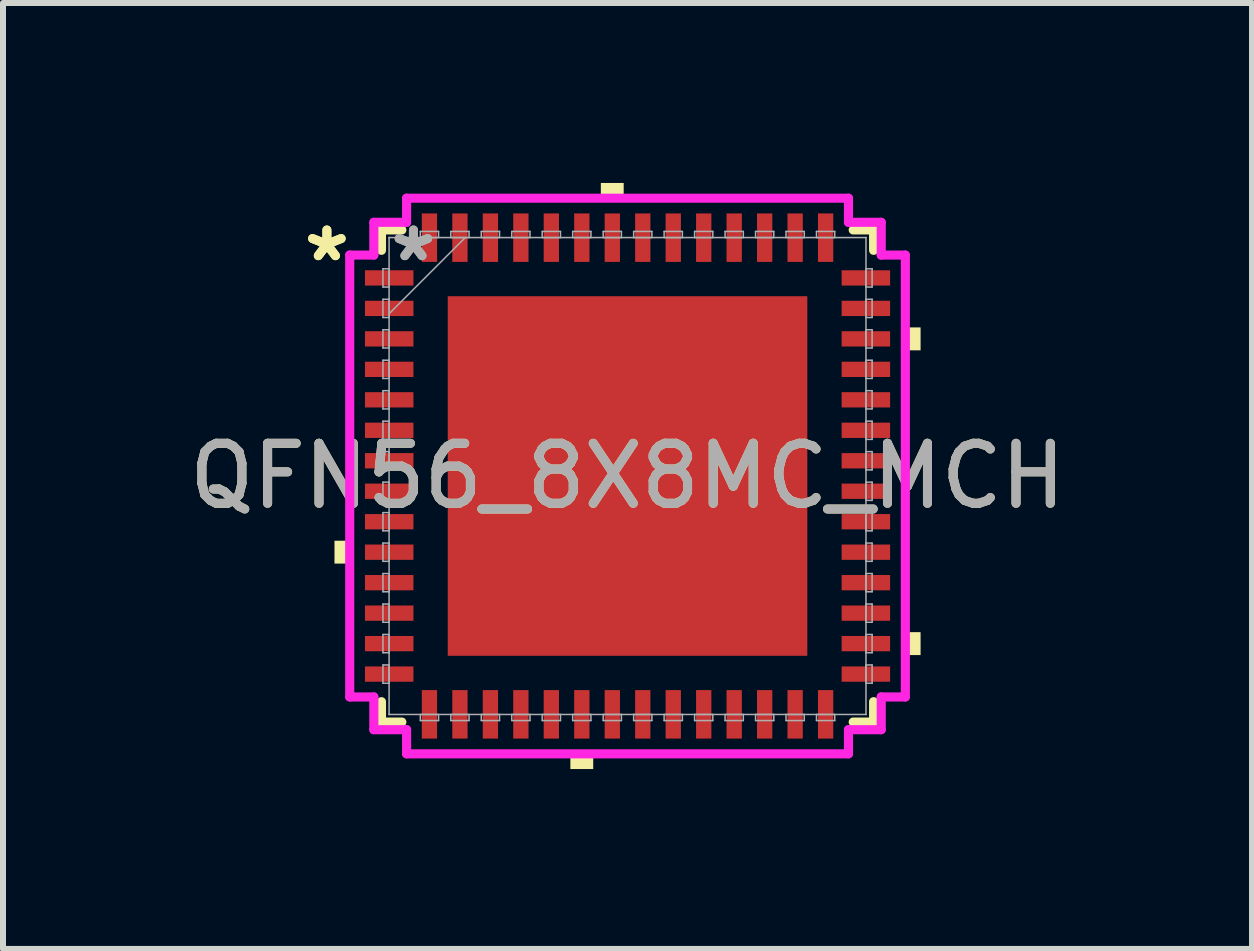
<source format=kicad_pcb>
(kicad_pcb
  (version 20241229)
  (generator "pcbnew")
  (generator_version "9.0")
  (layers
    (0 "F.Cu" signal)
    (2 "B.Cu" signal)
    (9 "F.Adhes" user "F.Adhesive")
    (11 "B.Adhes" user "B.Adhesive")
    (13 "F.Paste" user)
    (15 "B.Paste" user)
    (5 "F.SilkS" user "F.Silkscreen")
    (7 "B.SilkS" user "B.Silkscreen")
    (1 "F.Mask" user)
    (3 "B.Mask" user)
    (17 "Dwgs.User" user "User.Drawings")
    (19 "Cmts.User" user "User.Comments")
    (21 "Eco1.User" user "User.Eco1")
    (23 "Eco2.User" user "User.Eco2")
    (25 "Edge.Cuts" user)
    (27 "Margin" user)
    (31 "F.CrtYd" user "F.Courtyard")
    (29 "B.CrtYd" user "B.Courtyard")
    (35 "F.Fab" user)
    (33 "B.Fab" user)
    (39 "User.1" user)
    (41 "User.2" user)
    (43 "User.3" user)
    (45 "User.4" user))
  (footprint "QFN56_8X8MC_MCH"
    (layer "F.Cu")
    (at 7.411 4.885)
    (property "Reference" "QFN56_8X8MC_MCH" (at 0 0 0) (unlocked yes) (layer "F.SilkS") (effects (font (size 1 1) (thickness 0.15))))
    (attr smd)
    (fp_poly (pts (xy -3.061 -3.061) (xy -2.562 -3.061) (xy -2.562 3.061) (xy -3.061 3.061)) (stroke (width 0) (type solid)) (fill yes) (layer "F.Mask"))
    (fp_poly (pts (xy -3.061 -3.061) (xy 3.061 -3.061) (xy 3.061 -2.562) (xy -3.061 -2.562)) (stroke (width 0) (type solid)) (fill yes) (layer "F.Mask"))
    (fp_poly (pts (xy -3.061 -2.162) (xy 3.061 -2.162) (xy 3.061 -1.775) (xy -3.061 -1.775)) (stroke (width 0) (type solid)) (fill yes) (layer "F.Mask"))
    (fp_poly (pts (xy -3.061 -1.375) (xy 3.061 -1.375) (xy 3.061 -0.987) (xy -3.061 -0.987)) (stroke (width 0) (type solid)) (fill yes) (layer "F.Mask"))
    (fp_poly (pts (xy -3.061 -0.587) (xy 3.061 -0.587) (xy 3.061 -0.2) (xy -3.061 -0.2)) (stroke (width 0) (type solid)) (fill yes) (layer "F.Mask"))
    (fp_poly (pts (xy -3.061 0.2) (xy 3.061 0.2) (xy 3.061 0.587) (xy -3.061 0.587)) (stroke (width 0) (type solid)) (fill yes) (layer "F.Mask"))
    (fp_poly (pts (xy -3.061 0.987) (xy 3.061 0.987) (xy 3.061 1.375) (xy -3.061 1.375)) (stroke (width 0) (type solid)) (fill yes) (layer "F.Mask"))
    (fp_poly (pts (xy -3.061 1.775) (xy 3.061 1.775) (xy 3.061 2.162) (xy -3.061 2.162)) (stroke (width 0) (type solid)) (fill yes) (layer "F.Mask"))
    (fp_poly (pts (xy -3.061 2.562) (xy 3.061 2.562) (xy 3.061 3.061) (xy -3.061 3.061)) (stroke (width 0) (type solid)) (fill yes) (layer "F.Mask"))
    (fp_poly (pts (xy -1.775 -3.061) (xy -2.162 -3.061) (xy -2.162 3.061) (xy -1.775 3.061)) (stroke (width 0) (type solid)) (fill yes) (layer "F.Mask"))
    (fp_poly (pts (xy -0.987 -3.061) (xy -1.375 -3.061) (xy -1.375 3.061) (xy -0.987 3.061)) (stroke (width 0) (type solid)) (fill yes) (layer "F.Mask"))
    (fp_poly (pts (xy -0.2 -3.061) (xy -0.587 -3.061) (xy -0.587 3.061) (xy -0.2 3.061)) (stroke (width 0) (type solid)) (fill yes) (layer "F.Mask"))
    (fp_poly (pts (xy 0.587 -3.061) (xy 0.2 -3.061) (xy 0.2 3.061) (xy 0.587 3.061)) (stroke (width 0) (type solid)) (fill yes) (layer "F.Mask"))
    (fp_poly (pts (xy 1.375 -3.061) (xy 0.987 -3.061) (xy 0.987 3.061) (xy 1.375 3.061)) (stroke (width 0) (type solid)) (fill yes) (layer "F.Mask"))
    (fp_poly (pts (xy 2.162 -3.061) (xy 1.775 -3.061) (xy 1.775 3.061) (xy 2.162 3.061)) (stroke (width 0) (type solid)) (fill yes) (layer "F.Mask"))
    (fp_poly (pts (xy 2.562 -3.061) (xy 3.061 -3.061) (xy 3.061 3.061) (xy 2.562 3.061)) (stroke (width 0) (type solid)) (fill yes) (layer "F.Mask"))
    (fp_line (start -4.102 -4.102) (end -4.102 -3.762) (stroke (width 0.152) (type solid)) (layer "F.SilkS"))
    (fp_line (start -4.102 3.762) (end -4.102 4.102) (stroke (width 0.152) (type solid)) (layer "F.SilkS"))
    (fp_line (start -4.102 4.102) (end -3.762 4.102) (stroke (width 0.152) (type solid)) (layer "F.SilkS"))
    (fp_line (start -3.762 -4.102) (end -4.102 -4.102) (stroke (width 0.152) (type solid)) (layer "F.SilkS"))
    (fp_line (start 3.762 4.102) (end 4.102 4.102) (stroke (width 0.152) (type solid)) (layer "F.SilkS"))
    (fp_line (start 4.102 -4.102) (end 3.762 -4.102) (stroke (width 0.152) (type solid)) (layer "F.SilkS"))
    (fp_line (start 4.102 -3.762) (end 4.102 -4.102) (stroke (width 0.152) (type solid)) (layer "F.SilkS"))
    (fp_line (start 4.102 4.102) (end 4.102 3.762) (stroke (width 0.152) (type solid)) (layer "F.SilkS"))
    (fp_poly (pts (xy -4.885 1.079) (xy -4.885 1.46) (xy -4.631 1.46) (xy -4.631 1.079)) (stroke (width 0) (type solid)) (fill yes) (layer "F.SilkS"))
    (fp_poly (pts (xy -0.953 4.631) (xy -0.953 4.885) (xy -0.572 4.885) (xy -0.572 4.631)) (stroke (width 0) (type solid)) (fill yes) (layer "F.SilkS"))
    (fp_poly (pts (xy -0.445 -4.631) (xy -0.445 -4.885) (xy -0.064 -4.885) (xy -0.064 -4.631)) (stroke (width 0) (type solid)) (fill yes) (layer "F.SilkS"))
    (fp_poly (pts (xy 4.885 -2.477) (xy 4.885 -2.095) (xy 4.631 -2.095) (xy 4.631 -2.477)) (stroke (width 0) (type solid)) (fill yes) (layer "F.SilkS"))
    (fp_poly (pts (xy 4.885 2.603) (xy 4.885 2.985) (xy 4.631 2.985) (xy 4.631 2.603)) (stroke (width 0) (type solid)) (fill yes) (layer "F.SilkS"))
    (fp_poly (pts (xy -2.922 -2.922) (xy -2.922 -2.462) (xy -2.604 -2.462) (xy -2.462 -2.604) (xy -2.462 -2.922)) (stroke (width 0) (type solid)) (fill yes) (layer "F.Paste"))
    (fp_poly (pts (xy -2.922 2.462) (xy -2.922 2.922) (xy -2.462 2.922) (xy -2.462 2.604) (xy -2.604 2.462)) (stroke (width 0) (type solid)) (fill yes) (layer "F.Paste"))
    (fp_poly (pts (xy 2.462 -2.922) (xy 2.462 -2.604) (xy 2.604 -2.462) (xy 2.922 -2.462) (xy 2.922 -2.922)) (stroke (width 0) (type solid)) (fill yes) (layer "F.Paste"))
    (fp_poly (pts (xy 2.604 2.462) (xy 2.462 2.604) (xy 2.462 2.922) (xy 2.922 2.922) (xy 2.922 2.462)) (stroke (width 0) (type solid)) (fill yes) (layer "F.Paste"))
    (fp_poly (pts (xy -2.922 -2.262) (xy -2.922 -1.675) (xy -2.604 -1.675) (xy -2.462 -1.816) (xy -2.462 -2.121) (xy -2.604 -2.262)) (stroke (width 0) (type solid)) (fill yes) (layer "F.Paste"))
    (fp_poly (pts (xy -2.922 -1.475) (xy -2.922 -0.887) (xy -2.604 -0.887) (xy -2.462 -1.029) (xy -2.462 -1.333) (xy -2.604 -1.475)) (stroke (width 0) (type solid)) (fill yes) (layer "F.Paste"))
    (fp_poly (pts (xy -2.922 -0.687) (xy -2.922 -0.1) (xy -2.604 -0.1) (xy -2.462 -0.241) (xy -2.462 -0.546) (xy -2.604 -0.687)) (stroke (width 0) (type solid)) (fill yes) (layer "F.Paste"))
    (fp_poly (pts (xy -2.922 0.1) (xy -2.922 0.687) (xy -2.604 0.687) (xy -2.462 0.546) (xy -2.462 0.241) (xy -2.604 0.1)) (stroke (width 0) (type solid)) (fill yes) (layer "F.Paste"))
    (fp_poly (pts (xy -2.922 0.887) (xy -2.922 1.475) (xy -2.604 1.475) (xy -2.462 1.333) (xy -2.462 1.029) (xy -2.604 0.887)) (stroke (width 0) (type solid)) (fill yes) (layer "F.Paste"))
    (fp_poly (pts (xy -2.922 1.675) (xy -2.922 2.262) (xy -2.604 2.262) (xy -2.462 2.121) (xy -2.462 1.816) (xy -2.604 1.675)) (stroke (width 0) (type solid)) (fill yes) (layer "F.Paste"))
    (fp_poly (pts (xy -2.262 -2.922) (xy -2.262 -2.604) (xy -2.121 -2.462) (xy -1.816 -2.462) (xy -1.675 -2.604) (xy -1.675 -2.922)) (stroke (width 0) (type solid)) (fill yes) (layer "F.Paste"))
    (fp_poly (pts (xy -2.121 2.462) (xy -2.262 2.604) (xy -2.262 2.922) (xy -1.675 2.922) (xy -1.675 2.604) (xy -1.816 2.462)) (stroke (width 0) (type solid)) (fill yes) (layer "F.Paste"))
    (fp_poly (pts (xy -1.475 -2.922) (xy -1.475 -2.604) (xy -1.333 -2.462) (xy -1.029 -2.462) (xy -0.887 -2.604) (xy -0.887 -2.922)) (stroke (width 0) (type solid)) (fill yes) (layer "F.Paste"))
    (fp_poly (pts (xy -1.333 2.462) (xy -1.475 2.604) (xy -1.475 2.922) (xy -0.887 2.922) (xy -0.887 2.604) (xy -1.029 2.462)) (stroke (width 0) (type solid)) (fill yes) (layer "F.Paste"))
    (fp_poly (pts (xy -0.687 -2.922) (xy -0.687 -2.604) (xy -0.546 -2.462) (xy -0.241 -2.462) (xy -0.1 -2.604) (xy -0.1 -2.922)) (stroke (width 0) (type solid)) (fill yes) (layer "F.Paste"))
    (fp_poly (pts (xy -0.546 2.462) (xy -0.687 2.604) (xy -0.687 2.922) (xy -0.1 2.922) (xy -0.1 2.604) (xy -0.241 2.462)) (stroke (width 0) (type solid)) (fill yes) (layer "F.Paste"))
    (fp_poly (pts (xy 0.1 -2.922) (xy 0.1 -2.604) (xy 0.241 -2.462) (xy 0.546 -2.462) (xy 0.687 -2.604) (xy 0.687 -2.922)) (stroke (width 0) (type solid)) (fill yes) (layer "F.Paste"))
    (fp_poly (pts (xy 0.241 2.462) (xy 0.1 2.604) (xy 0.1 2.922) (xy 0.687 2.922) (xy 0.687 2.604) (xy 0.546 2.462)) (stroke (width 0) (type solid)) (fill yes) (layer "F.Paste"))
    (fp_poly (pts (xy 0.887 -2.922) (xy 0.887 -2.604) (xy 1.029 -2.462) (xy 1.333 -2.462) (xy 1.475 -2.604) (xy 1.475 -2.922)) (stroke (width 0) (type solid)) (fill yes) (layer "F.Paste"))
    (fp_poly (pts (xy 1.029 2.462) (xy 0.887 2.604) (xy 0.887 2.922) (xy 1.475 2.922) (xy 1.475 2.604) (xy 1.333 2.462)) (stroke (width 0) (type solid)) (fill yes) (layer "F.Paste"))
    (fp_poly (pts (xy 1.675 -2.922) (xy 1.675 -2.604) (xy 1.816 -2.462) (xy 2.121 -2.462) (xy 2.262 -2.604) (xy 2.262 -2.922)) (stroke (width 0) (type solid)) (fill yes) (layer "F.Paste"))
    (fp_poly (pts (xy 1.816 2.462) (xy 1.675 2.604) (xy 1.675 2.922) (xy 2.262 2.922) (xy 2.262 2.604) (xy 2.121 2.462)) (stroke (width 0) (type solid)) (fill yes) (layer "F.Paste"))
    (fp_poly (pts (xy 2.604 -2.262) (xy 2.462 -2.121) (xy 2.462 -1.816) (xy 2.604 -1.675) (xy 2.922 -1.675) (xy 2.922 -2.262)) (stroke (width 0) (type solid)) (fill yes) (layer "F.Paste"))
    (fp_poly (pts (xy 2.604 -1.475) (xy 2.462 -1.333) (xy 2.462 -1.029) (xy 2.604 -0.887) (xy 2.922 -0.887) (xy 2.922 -1.475)) (stroke (width 0) (type solid)) (fill yes) (layer "F.Paste"))
    (fp_poly (pts (xy 2.604 -0.687) (xy 2.462 -0.546) (xy 2.462 -0.241) (xy 2.604 -0.1) (xy 2.922 -0.1) (xy 2.922 -0.687)) (stroke (width 0) (type solid)) (fill yes) (layer "F.Paste"))
    (fp_poly (pts (xy 2.604 0.1) (xy 2.462 0.241) (xy 2.462 0.546) (xy 2.604 0.687) (xy 2.922 0.687) (xy 2.922 0.1)) (stroke (width 0) (type solid)) (fill yes) (layer "F.Paste"))
    (fp_poly (pts (xy 2.604 0.887) (xy 2.462 1.029) (xy 2.462 1.333) (xy 2.604 1.475) (xy 2.922 1.475) (xy 2.922 0.887)) (stroke (width 0) (type solid)) (fill yes) (layer "F.Paste"))
    (fp_poly (pts (xy 2.604 1.675) (xy 2.462 1.816) (xy 2.462 2.121) (xy 2.604 2.262) (xy 2.922 2.262) (xy 2.922 1.675)) (stroke (width 0) (type solid)) (fill yes) (layer "F.Paste"))
    (fp_poly (pts (xy -2.121 -2.262) (xy -2.262 -2.121) (xy -2.262 -1.816) (xy -2.121 -1.675) (xy -1.816 -1.675) (xy -1.675 -1.816) (xy -1.675 -2.121) (xy -1.816 -2.262)) (stroke (width 0) (type solid)) (fill yes) (layer "F.Paste"))
    (fp_poly (pts (xy -2.121 -1.475) (xy -2.262 -1.333) (xy -2.262 -1.029) (xy -2.121 -0.887) (xy -1.816 -0.887) (xy -1.675 -1.029) (xy -1.675 -1.333) (xy -1.816 -1.475)) (stroke (width 0) (type solid)) (fill yes) (layer "F.Paste"))
    (fp_poly (pts (xy -2.121 -0.687) (xy -2.262 -0.546) (xy -2.262 -0.241) (xy -2.121 -0.1) (xy -1.816 -0.1) (xy -1.675 -0.241) (xy -1.675 -0.546) (xy -1.816 -0.687)) (stroke (width 0) (type solid)) (fill yes) (layer "F.Paste"))
    (fp_poly (pts (xy -2.121 0.1) (xy -2.262 0.241) (xy -2.262 0.546) (xy -2.121 0.687) (xy -1.816 0.687) (xy -1.675 0.546) (xy -1.675 0.241) (xy -1.816 0.1)) (stroke (width 0) (type solid)) (fill yes) (layer "F.Paste"))
    (fp_poly (pts (xy -2.121 0.887) (xy -2.262 1.029) (xy -2.262 1.333) (xy -2.121 1.475) (xy -1.816 1.475) (xy -1.675 1.333) (xy -1.675 1.029) (xy -1.816 0.887)) (stroke (width 0) (type solid)) (fill yes) (layer "F.Paste"))
    (fp_poly (pts (xy -2.121 1.675) (xy -2.262 1.816) (xy -2.262 2.121) (xy -2.121 2.262) (xy -1.816 2.262) (xy -1.675 2.121) (xy -1.675 1.816) (xy -1.816 1.675)) (stroke (width 0) (type solid)) (fill yes) (layer "F.Paste"))
    (fp_poly (pts (xy -1.333 -2.262) (xy -1.475 -2.121) (xy -1.475 -1.816) (xy -1.333 -1.675) (xy -1.029 -1.675) (xy -0.887 -1.816) (xy -0.887 -2.121) (xy -1.029 -2.262)) (stroke (width 0) (type solid)) (fill yes) (layer "F.Paste"))
    (fp_poly (pts (xy -1.333 -1.475) (xy -1.475 -1.333) (xy -1.475 -1.029) (xy -1.333 -0.887) (xy -1.029 -0.887) (xy -0.887 -1.029) (xy -0.887 -1.333) (xy -1.029 -1.475)) (stroke (width 0) (type solid)) (fill yes) (layer "F.Paste"))
    (fp_poly (pts (xy -1.333 -0.687) (xy -1.475 -0.546) (xy -1.475 -0.241) (xy -1.333 -0.1) (xy -1.029 -0.1) (xy -0.887 -0.241) (xy -0.887 -0.546) (xy -1.029 -0.687)) (stroke (width 0) (type solid)) (fill yes) (layer "F.Paste"))
    (fp_poly (pts (xy -1.333 0.1) (xy -1.475 0.241) (xy -1.475 0.546) (xy -1.333 0.687) (xy -1.029 0.687) (xy -0.887 0.546) (xy -0.887 0.241) (xy -1.029 0.1)) (stroke (width 0) (type solid)) (fill yes) (layer "F.Paste"))
    (fp_poly (pts (xy -1.333 0.887) (xy -1.475 1.029) (xy -1.475 1.333) (xy -1.333 1.475) (xy -1.029 1.475) (xy -0.887 1.333) (xy -0.887 1.029) (xy -1.029 0.887)) (stroke (width 0) (type solid)) (fill yes) (layer "F.Paste"))
    (fp_poly (pts (xy -1.333 1.675) (xy -1.475 1.816) (xy -1.475 2.121) (xy -1.333 2.262) (xy -1.029 2.262) (xy -0.887 2.121) (xy -0.887 1.816) (xy -1.029 1.675)) (stroke (width 0) (type solid)) (fill yes) (layer "F.Paste"))
    (fp_poly (pts (xy -0.546 -2.262) (xy -0.687 -2.121) (xy -0.687 -1.816) (xy -0.546 -1.675) (xy -0.241 -1.675) (xy -0.1 -1.816) (xy -0.1 -2.121) (xy -0.241 -2.262)) (stroke (width 0) (type solid)) (fill yes) (layer "F.Paste"))
    (fp_poly (pts (xy -0.546 -1.475) (xy -0.687 -1.333) (xy -0.687 -1.029) (xy -0.546 -0.887) (xy -0.241 -0.887) (xy -0.1 -1.029) (xy -0.1 -1.333) (xy -0.241 -1.475)) (stroke (width 0) (type solid)) (fill yes) (layer "F.Paste"))
    (fp_poly (pts (xy -0.546 -0.687) (xy -0.687 -0.546) (xy -0.687 -0.241) (xy -0.546 -0.1) (xy -0.241 -0.1) (xy -0.1 -0.241) (xy -0.1 -0.546) (xy -0.241 -0.687)) (stroke (width 0) (type solid)) (fill yes) (layer "F.Paste"))
    (fp_poly (pts (xy -0.546 0.1) (xy -0.687 0.241) (xy -0.687 0.546) (xy -0.546 0.687) (xy -0.241 0.687) (xy -0.1 0.546) (xy -0.1 0.241) (xy -0.241 0.1)) (stroke (width 0) (type solid)) (fill yes) (layer "F.Paste"))
    (fp_poly (pts (xy -0.546 0.887) (xy -0.687 1.029) (xy -0.687 1.333) (xy -0.546 1.475) (xy -0.241 1.475) (xy -0.1 1.333) (xy -0.1 1.029) (xy -0.241 0.887)) (stroke (width 0) (type solid)) (fill yes) (layer "F.Paste"))
    (fp_poly (pts (xy -0.546 1.675) (xy -0.687 1.816) (xy -0.687 2.121) (xy -0.546 2.262) (xy -0.241 2.262) (xy -0.1 2.121) (xy -0.1 1.816) (xy -0.241 1.675)) (stroke (width 0) (type solid)) (fill yes) (layer "F.Paste"))
    (fp_poly (pts (xy 0.241 -2.262) (xy 0.1 -2.121) (xy 0.1 -1.816) (xy 0.241 -1.675) (xy 0.546 -1.675) (xy 0.687 -1.816) (xy 0.687 -2.121) (xy 0.546 -2.262)) (stroke (width 0) (type solid)) (fill yes) (layer "F.Paste"))
    (fp_poly (pts (xy 0.241 -1.475) (xy 0.1 -1.333) (xy 0.1 -1.029) (xy 0.241 -0.887) (xy 0.546 -0.887) (xy 0.687 -1.029) (xy 0.687 -1.333) (xy 0.546 -1.475)) (stroke (width 0) (type solid)) (fill yes) (layer "F.Paste"))
    (fp_poly (pts (xy 0.241 -0.687) (xy 0.1 -0.546) (xy 0.1 -0.241) (xy 0.241 -0.1) (xy 0.546 -0.1) (xy 0.687 -0.241) (xy 0.687 -0.546) (xy 0.546 -0.687)) (stroke (width 0) (type solid)) (fill yes) (layer "F.Paste"))
    (fp_poly (pts (xy 0.241 0.1) (xy 0.1 0.241) (xy 0.1 0.546) (xy 0.241 0.687) (xy 0.546 0.687) (xy 0.687 0.546) (xy 0.687 0.241) (xy 0.546 0.1)) (stroke (width 0) (type solid)) (fill yes) (layer "F.Paste"))
    (fp_poly (pts (xy 0.241 0.887) (xy 0.1 1.029) (xy 0.1 1.333) (xy 0.241 1.475) (xy 0.546 1.475) (xy 0.687 1.333) (xy 0.687 1.029) (xy 0.546 0.887)) (stroke (width 0) (type solid)) (fill yes) (layer "F.Paste"))
    (fp_poly (pts (xy 0.241 1.675) (xy 0.1 1.816) (xy 0.1 2.121) (xy 0.241 2.262) (xy 0.546 2.262) (xy 0.687 2.121) (xy 0.687 1.816) (xy 0.546 1.675)) (stroke (width 0) (type solid)) (fill yes) (layer "F.Paste"))
    (fp_poly (pts (xy 1.029 -2.262) (xy 0.887 -2.121) (xy 0.887 -1.816) (xy 1.029 -1.675) (xy 1.333 -1.675) (xy 1.475 -1.816) (xy 1.475 -2.121) (xy 1.333 -2.262)) (stroke (width 0) (type solid)) (fill yes) (layer "F.Paste"))
    (fp_poly (pts (xy 1.029 -1.475) (xy 0.887 -1.333) (xy 0.887 -1.029) (xy 1.029 -0.887) (xy 1.333 -0.887) (xy 1.475 -1.029) (xy 1.475 -1.333) (xy 1.333 -1.475)) (stroke (width 0) (type solid)) (fill yes) (layer "F.Paste"))
    (fp_poly (pts (xy 1.029 -0.687) (xy 0.887 -0.546) (xy 0.887 -0.241) (xy 1.029 -0.1) (xy 1.333 -0.1) (xy 1.475 -0.241) (xy 1.475 -0.546) (xy 1.333 -0.687)) (stroke (width 0) (type solid)) (fill yes) (layer "F.Paste"))
    (fp_poly (pts (xy 1.029 0.1) (xy 0.887 0.241) (xy 0.887 0.546) (xy 1.029 0.687) (xy 1.333 0.687) (xy 1.475 0.546) (xy 1.475 0.241) (xy 1.333 0.1)) (stroke (width 0) (type solid)) (fill yes) (layer "F.Paste"))
    (fp_poly (pts (xy 1.029 0.887) (xy 0.887 1.029) (xy 0.887 1.333) (xy 1.029 1.475) (xy 1.333 1.475) (xy 1.475 1.333) (xy 1.475 1.029) (xy 1.333 0.887)) (stroke (width 0) (type solid)) (fill yes) (layer "F.Paste"))
    (fp_poly (pts (xy 1.029 1.675) (xy 0.887 1.816) (xy 0.887 2.121) (xy 1.029 2.262) (xy 1.333 2.262) (xy 1.475 2.121) (xy 1.475 1.816) (xy 1.333 1.675)) (stroke (width 0) (type solid)) (fill yes) (layer "F.Paste"))
    (fp_poly (pts (xy 1.816 -2.262) (xy 1.675 -2.121) (xy 1.675 -1.816) (xy 1.816 -1.675) (xy 2.121 -1.675) (xy 2.262 -1.816) (xy 2.262 -2.121) (xy 2.121 -2.262)) (stroke (width 0) (type solid)) (fill yes) (layer "F.Paste"))
    (fp_poly (pts (xy 1.816 -1.475) (xy 1.675 -1.333) (xy 1.675 -1.029) (xy 1.816 -0.887) (xy 2.121 -0.887) (xy 2.262 -1.029) (xy 2.262 -1.333) (xy 2.121 -1.475)) (stroke (width 0) (type solid)) (fill yes) (layer "F.Paste"))
    (fp_poly (pts (xy 1.816 -0.687) (xy 1.675 -0.546) (xy 1.675 -0.241) (xy 1.816 -0.1) (xy 2.121 -0.1) (xy 2.262 -0.241) (xy 2.262 -0.546) (xy 2.121 -0.687)) (stroke (width 0) (type solid)) (fill yes) (layer "F.Paste"))
    (fp_poly (pts (xy 1.816 0.1) (xy 1.675 0.241) (xy 1.675 0.546) (xy 1.816 0.687) (xy 2.121 0.687) (xy 2.262 0.546) (xy 2.262 0.241) (xy 2.121 0.1)) (stroke (width 0) (type solid)) (fill yes) (layer "F.Paste"))
    (fp_poly (pts (xy 1.816 0.887) (xy 1.675 1.029) (xy 1.675 1.333) (xy 1.816 1.475) (xy 2.121 1.475) (xy 2.262 1.333) (xy 2.262 1.029) (xy 2.121 0.887)) (stroke (width 0) (type solid)) (fill yes) (layer "F.Paste"))
    (fp_poly (pts (xy 1.816 1.675) (xy 1.675 1.816) (xy 1.675 2.121) (xy 1.816 2.262) (xy 2.121 2.262) (xy 2.262 2.121) (xy 2.262 1.816) (xy 2.121 1.675)) (stroke (width 0) (type solid)) (fill yes) (layer "F.Paste"))
    (fp_circle (center -2.362 -2.362) (end -1.981 -2.362) (stroke (width 0.254) (type solid)) (fill no) (layer "Eco1.User"))
    (fp_circle (center -2.362 -1.575) (end -1.981 -1.575) (stroke (width 0.254) (type solid)) (fill no) (layer "Eco1.User"))
    (fp_circle (center -2.362 -0.787) (end -1.981 -0.787) (stroke (width 0.254) (type solid)) (fill no) (layer "Eco1.User"))
    (fp_circle (center -2.362 0) (end -1.981 0) (stroke (width 0.254) (type solid)) (fill no) (layer "Eco1.User"))
    (fp_circle (center -2.362 0.787) (end -1.981 0.787) (stroke (width 0.254) (type solid)) (fill no) (layer "Eco1.User"))
    (fp_circle (center -2.362 1.575) (end -1.981 1.575) (stroke (width 0.254) (type solid)) (fill no) (layer "Eco1.User"))
    (fp_circle (center -2.362 2.362) (end -1.981 2.362) (stroke (width 0.254) (type solid)) (fill no) (layer "Eco1.User"))
    (fp_circle (center -1.575 -2.362) (end -1.194 -2.362) (stroke (width 0.254) (type solid)) (fill no) (layer "Eco1.User"))
    (fp_circle (center -1.575 -1.575) (end -1.194 -1.575) (stroke (width 0.254) (type solid)) (fill no) (layer "Eco1.User"))
    (fp_circle (center -1.575 -0.787) (end -1.194 -0.787) (stroke (width 0.254) (type solid)) (fill no) (layer "Eco1.User"))
    (fp_circle (center -1.575 0) (end -1.194 0) (stroke (width 0.254) (type solid)) (fill no) (layer "Eco1.User"))
    (fp_circle (center -1.575 0.787) (end -1.194 0.787) (stroke (width 0.254) (type solid)) (fill no) (layer "Eco1.User"))
    (fp_circle (center -1.575 1.575) (end -1.194 1.575) (stroke (width 0.254) (type solid)) (fill no) (layer "Eco1.User"))
    (fp_circle (center -1.575 2.362) (end -1.194 2.362) (stroke (width 0.254) (type solid)) (fill no) (layer "Eco1.User"))
    (fp_circle (center -0.787 -2.362) (end -0.406 -2.362) (stroke (width 0.254) (type solid)) (fill no) (layer "Eco1.User"))
    (fp_circle (center -0.787 -1.575) (end -0.406 -1.575) (stroke (width 0.254) (type solid)) (fill no) (layer "Eco1.User"))
    (fp_circle (center -0.787 -0.787) (end -0.406 -0.787) (stroke (width 0.254) (type solid)) (fill no) (layer "Eco1.User"))
    (fp_circle (center -0.787 0) (end -0.406 0) (stroke (width 0.254) (type solid)) (fill no) (layer "Eco1.User"))
    (fp_circle (center -0.787 0.787) (end -0.406 0.787) (stroke (width 0.254) (type solid)) (fill no) (layer "Eco1.User"))
    (fp_circle (center -0.787 1.575) (end -0.406 1.575) (stroke (width 0.254) (type solid)) (fill no) (layer "Eco1.User"))
    (fp_circle (center -0.787 2.362) (end -0.406 2.362) (stroke (width 0.254) (type solid)) (fill no) (layer "Eco1.User"))
    (fp_circle (center 0 -2.362) (end 0.381 -2.362) (stroke (width 0.254) (type solid)) (fill no) (layer "Eco1.User"))
    (fp_circle (center 0 -1.575) (end 0.381 -1.575) (stroke (width 0.254) (type solid)) (fill no) (layer "Eco1.User"))
    (fp_circle (center 0 -0.787) (end 0.381 -0.787) (stroke (width 0.254) (type solid)) (fill no) (layer "Eco1.User"))
    (fp_circle (center 0 0) (end 0.381 0) (stroke (width 0.254) (type solid)) (fill no) (layer "Eco1.User"))
    (fp_circle (center 0 0.787) (end 0.381 0.787) (stroke (width 0.254) (type solid)) (fill no) (layer "Eco1.User"))
    (fp_circle (center 0 1.575) (end 0.381 1.575) (stroke (width 0.254) (type solid)) (fill no) (layer "Eco1.User"))
    (fp_circle (center 0 2.362) (end 0.381 2.362) (stroke (width 0.254) (type solid)) (fill no) (layer "Eco1.User"))
    (fp_circle (center 0.787 -2.362) (end 1.168 -2.362) (stroke (width 0.254) (type solid)) (fill no) (layer "Eco1.User"))
    (fp_circle (center 0.787 -1.575) (end 1.168 -1.575) (stroke (width 0.254) (type solid)) (fill no) (layer "Eco1.User"))
    (fp_circle (center 0.787 -0.787) (end 1.168 -0.787) (stroke (width 0.254) (type solid)) (fill no) (layer "Eco1.User"))
    (fp_circle (center 0.787 0) (end 1.168 0) (stroke (width 0.254) (type solid)) (fill no) (layer "Eco1.User"))
    (fp_circle (center 0.787 0.787) (end 1.168 0.787) (stroke (width 0.254) (type solid)) (fill no) (layer "Eco1.User"))
    (fp_circle (center 0.787 1.575) (end 1.168 1.575) (stroke (width 0.254) (type solid)) (fill no) (layer "Eco1.User"))
    (fp_circle (center 0.787 2.362) (end 1.168 2.362) (stroke (width 0.254) (type solid)) (fill no) (layer "Eco1.User"))
    (fp_circle (center 1.575 -2.362) (end 1.956 -2.362) (stroke (width 0.254) (type solid)) (fill no) (layer "Eco1.User"))
    (fp_circle (center 1.575 -1.575) (end 1.956 -1.575) (stroke (width 0.254) (type solid)) (fill no) (layer "Eco1.User"))
    (fp_circle (center 1.575 -0.787) (end 1.956 -0.787) (stroke (width 0.254) (type solid)) (fill no) (layer "Eco1.User"))
    (fp_circle (center 1.575 0) (end 1.956 0) (stroke (width 0.254) (type solid)) (fill no) (layer "Eco1.User"))
    (fp_circle (center 1.575 0.787) (end 1.956 0.787) (stroke (width 0.254) (type solid)) (fill no) (layer "Eco1.User"))
    (fp_circle (center 1.575 1.575) (end 1.956 1.575) (stroke (width 0.254) (type solid)) (fill no) (layer "Eco1.User"))
    (fp_circle (center 1.575 2.362) (end 1.956 2.362) (stroke (width 0.254) (type solid)) (fill no) (layer "Eco1.User"))
    (fp_circle (center 2.362 -2.362) (end 2.743 -2.362) (stroke (width 0.254) (type solid)) (fill no) (layer "Eco1.User"))
    (fp_circle (center 2.362 -1.575) (end 2.743 -1.575) (stroke (width 0.254) (type solid)) (fill no) (layer "Eco1.User"))
    (fp_circle (center 2.362 -0.787) (end 2.743 -0.787) (stroke (width 0.254) (type solid)) (fill no) (layer "Eco1.User"))
    (fp_circle (center 2.362 0) (end 2.743 0) (stroke (width 0.254) (type solid)) (fill no) (layer "Eco1.User"))
    (fp_circle (center 2.362 0.787) (end 2.743 0.787) (stroke (width 0.254) (type solid)) (fill no) (layer "Eco1.User"))
    (fp_circle (center 2.362 1.575) (end 2.743 1.575) (stroke (width 0.254) (type solid)) (fill no) (layer "Eco1.User"))
    (fp_circle (center 2.362 2.362) (end 2.743 2.362) (stroke (width 0.254) (type solid)) (fill no) (layer "Eco1.User"))
    (fp_line (start -4.631 -3.683) (end -4.229 -3.683) (stroke (width 0.152) (type solid)) (layer "F.CrtYd"))
    (fp_line (start -4.631 3.683) (end -4.631 -3.683) (stroke (width 0.152) (type solid)) (layer "F.CrtYd"))
    (fp_line (start -4.229 -4.229) (end -3.683 -4.229) (stroke (width 0.152) (type solid)) (layer "F.CrtYd"))
    (fp_line (start -4.229 -3.683) (end -4.229 -4.229) (stroke (width 0.152) (type solid)) (layer "F.CrtYd"))
    (fp_line (start -4.229 3.683) (end -4.631 3.683) (stroke (width 0.152) (type solid)) (layer "F.CrtYd"))
    (fp_line (start -4.229 4.229) (end -4.229 3.683) (stroke (width 0.152) (type solid)) (layer "F.CrtYd"))
    (fp_line (start -3.683 -4.631) (end 3.683 -4.631) (stroke (width 0.152) (type solid)) (layer "F.CrtYd"))
    (fp_line (start -3.683 -4.229) (end -3.683 -4.631) (stroke (width 0.152) (type solid)) (layer "F.CrtYd"))
    (fp_line (start -3.683 4.229) (end -4.229 4.229) (stroke (width 0.152) (type solid)) (layer "F.CrtYd"))
    (fp_line (start -3.683 4.631) (end -3.683 4.229) (stroke (width 0.152) (type solid)) (layer "F.CrtYd"))
    (fp_line (start 3.683 -4.631) (end 3.683 -4.229) (stroke (width 0.152) (type solid)) (layer "F.CrtYd"))
    (fp_line (start 3.683 -4.229) (end 4.229 -4.229) (stroke (width 0.152) (type solid)) (layer "F.CrtYd"))
    (fp_line (start 3.683 4.229) (end 3.683 4.631) (stroke (width 0.152) (type solid)) (layer "F.CrtYd"))
    (fp_line (start 3.683 4.631) (end -3.683 4.631) (stroke (width 0.152) (type solid)) (layer "F.CrtYd"))
    (fp_line (start 4.229 -4.229) (end 4.229 -3.683) (stroke (width 0.152) (type solid)) (layer "F.CrtYd"))
    (fp_line (start 4.229 -3.683) (end 4.631 -3.683) (stroke (width 0.152) (type solid)) (layer "F.CrtYd"))
    (fp_line (start 4.229 3.683) (end 4.229 4.229) (stroke (width 0.152) (type solid)) (layer "F.CrtYd"))
    (fp_line (start 4.229 4.229) (end 3.683 4.229) (stroke (width 0.152) (type solid)) (layer "F.CrtYd"))
    (fp_line (start 4.631 -3.683) (end 4.631 3.683) (stroke (width 0.152) (type solid)) (layer "F.CrtYd"))
    (fp_line (start 4.631 3.683) (end 4.229 3.683) (stroke (width 0.152) (type solid)) (layer "F.CrtYd"))
    (fp_line (start -4.077 -3.454) (end -4.077 -3.15) (stroke (width 0.025) (type solid)) (layer "F.Fab"))
    (fp_line (start -4.077 -3.15) (end -3.975 -3.15) (stroke (width 0.025) (type solid)) (layer "F.Fab"))
    (fp_line (start -4.077 -2.946) (end -4.077 -2.642) (stroke (width 0.025) (type solid)) (layer "F.Fab"))
    (fp_line (start -4.077 -2.642) (end -3.975 -2.642) (stroke (width 0.025) (type solid)) (layer "F.Fab"))
    (fp_line (start -4.077 -2.438) (end -4.077 -2.134) (stroke (width 0.025) (type solid)) (layer "F.Fab"))
    (fp_line (start -4.077 -2.134) (end -3.975 -2.134) (stroke (width 0.025) (type solid)) (layer "F.Fab"))
    (fp_line (start -4.077 -1.93) (end -4.077 -1.626) (stroke (width 0.025) (type solid)) (layer "F.Fab"))
    (fp_line (start -4.077 -1.626) (end -3.975 -1.626) (stroke (width 0.025) (type solid)) (layer "F.Fab"))
    (fp_line (start -4.077 -1.422) (end -4.077 -1.118) (stroke (width 0.025) (type solid)) (layer "F.Fab"))
    (fp_line (start -4.077 -1.118) (end -3.975 -1.118) (stroke (width 0.025) (type solid)) (layer "F.Fab"))
    (fp_line (start -4.077 -0.914) (end -4.077 -0.61) (stroke (width 0.025) (type solid)) (layer "F.Fab"))
    (fp_line (start -4.077 -0.61) (end -3.975 -0.61) (stroke (width 0.025) (type solid)) (layer "F.Fab"))
    (fp_line (start -4.077 -0.406) (end -4.077 -0.102) (stroke (width 0.025) (type solid)) (layer "F.Fab"))
    (fp_line (start -4.077 -0.102) (end -3.975 -0.102) (stroke (width 0.025) (type solid)) (layer "F.Fab"))
    (fp_line (start -4.077 0.102) (end -4.077 0.406) (stroke (width 0.025) (type solid)) (layer "F.Fab"))
    (fp_line (start -4.077 0.406) (end -3.975 0.406) (stroke (width 0.025) (type solid)) (layer "F.Fab"))
    (fp_line (start -4.077 0.61) (end -4.077 0.914) (stroke (width 0.025) (type solid)) (layer "F.Fab"))
    (fp_line (start -4.077 0.914) (end -3.975 0.914) (stroke (width 0.025) (type solid)) (layer "F.Fab"))
    (fp_line (start -4.077 1.118) (end -4.077 1.422) (stroke (width 0.025) (type solid)) (layer "F.Fab"))
    (fp_line (start -4.077 1.422) (end -3.975 1.422) (stroke (width 0.025) (type solid)) (layer "F.Fab"))
    (fp_line (start -4.077 1.626) (end -4.077 1.93) (stroke (width 0.025) (type solid)) (layer "F.Fab"))
    (fp_line (start -4.077 1.93) (end -3.975 1.93) (stroke (width 0.025) (type solid)) (layer "F.Fab"))
    (fp_line (start -4.077 2.134) (end -4.077 2.438) (stroke (width 0.025) (type solid)) (layer "F.Fab"))
    (fp_line (start -4.077 2.438) (end -3.975 2.438) (stroke (width 0.025) (type solid)) (layer "F.Fab"))
    (fp_line (start -4.077 2.642) (end -4.077 2.946) (stroke (width 0.025) (type solid)) (layer "F.Fab"))
    (fp_line (start -4.077 2.946) (end -3.975 2.946) (stroke (width 0.025) (type solid)) (layer "F.Fab"))
    (fp_line (start -4.077 3.15) (end -4.077 3.454) (stroke (width 0.025) (type solid)) (layer "F.Fab"))
    (fp_line (start -4.077 3.454) (end -3.975 3.454) (stroke (width 0.025) (type solid)) (layer "F.Fab"))
    (fp_line (start -3.975 -3.975) (end -3.975 -3.975) (stroke (width 0.025) (type solid)) (layer "F.Fab"))
    (fp_line (start -3.975 -3.975) (end -3.975 3.975) (stroke (width 0.025) (type solid)) (layer "F.Fab"))
    (fp_line (start -3.975 -3.454) (end -4.077 -3.454) (stroke (width 0.025) (type solid)) (layer "F.Fab"))
    (fp_line (start -3.975 -3.15) (end -3.975 -3.454) (stroke (width 0.025) (type solid)) (layer "F.Fab"))
    (fp_line (start -3.975 -2.946) (end -4.077 -2.946) (stroke (width 0.025) (type solid)) (layer "F.Fab"))
    (fp_line (start -3.975 -2.705) (end -2.705 -3.975) (stroke (width 0.025) (type solid)) (layer "F.Fab"))
    (fp_line (start -3.975 -2.642) (end -3.975 -2.946) (stroke (width 0.025) (type solid)) (layer "F.Fab"))
    (fp_line (start -3.975 -2.438) (end -4.077 -2.438) (stroke (width 0.025) (type solid)) (layer "F.Fab"))
    (fp_line (start -3.975 -2.134) (end -3.975 -2.438) (stroke (width 0.025) (type solid)) (layer "F.Fab"))
    (fp_line (start -3.975 -1.93) (end -4.077 -1.93) (stroke (width 0.025) (type solid)) (layer "F.Fab"))
    (fp_line (start -3.975 -1.626) (end -3.975 -1.93) (stroke (width 0.025) (type solid)) (layer "F.Fab"))
    (fp_line (start -3.975 -1.422) (end -4.077 -1.422) (stroke (width 0.025) (type solid)) (layer "F.Fab"))
    (fp_line (start -3.975 -1.118) (end -3.975 -1.422) (stroke (width 0.025) (type solid)) (layer "F.Fab"))
    (fp_line (start -3.975 -0.914) (end -4.077 -0.914) (stroke (width 0.025) (type solid)) (layer "F.Fab"))
    (fp_line (start -3.975 -0.61) (end -3.975 -0.914) (stroke (width 0.025) (type solid)) (layer "F.Fab"))
    (fp_line (start -3.975 -0.406) (end -4.077 -0.406) (stroke (width 0.025) (type solid)) (layer "F.Fab"))
    (fp_line (start -3.975 -0.102) (end -3.975 -0.406) (stroke (width 0.025) (type solid)) (layer "F.Fab"))
    (fp_line (start -3.975 0.102) (end -4.077 0.102) (stroke (width 0.025) (type solid)) (layer "F.Fab"))
    (fp_line (start -3.975 0.406) (end -3.975 0.102) (stroke (width 0.025) (type solid)) (layer "F.Fab"))
    (fp_line (start -3.975 0.61) (end -4.077 0.61) (stroke (width 0.025) (type solid)) (layer "F.Fab"))
    (fp_line (start -3.975 0.914) (end -3.975 0.61) (stroke (width 0.025) (type solid)) (layer "F.Fab"))
    (fp_line (start -3.975 1.118) (end -4.077 1.118) (stroke (width 0.025) (type solid)) (layer "F.Fab"))
    (fp_line (start -3.975 1.422) (end -3.975 1.118) (stroke (width 0.025) (type solid)) (layer "F.Fab"))
    (fp_line (start -3.975 1.626) (end -4.077 1.626) (stroke (width 0.025) (type solid)) (layer "F.Fab"))
    (fp_line (start -3.975 1.93) (end -3.975 1.626) (stroke (width 0.025) (type solid)) (layer "F.Fab"))
    (fp_line (start -3.975 2.134) (end -4.077 2.134) (stroke (width 0.025) (type solid)) (layer "F.Fab"))
    (fp_line (start -3.975 2.438) (end -3.975 2.134) (stroke (width 0.025) (type solid)) (layer "F.Fab"))
    (fp_line (start -3.975 2.642) (end -4.077 2.642) (stroke (width 0.025) (type solid)) (layer "F.Fab"))
    (fp_line (start -3.975 2.946) (end -3.975 2.642) (stroke (width 0.025) (type solid)) (layer "F.Fab"))
    (fp_line (start -3.975 3.15) (end -4.077 3.15) (stroke (width 0.025) (type solid)) (layer "F.Fab"))
    (fp_line (start -3.975 3.454) (end -3.975 3.15) (stroke (width 0.025) (type solid)) (layer "F.Fab"))
    (fp_line (start -3.975 3.975) (end -3.975 3.975) (stroke (width 0.025) (type solid)) (layer "F.Fab"))
    (fp_line (start -3.975 3.975) (end 3.975 3.975) (stroke (width 0.025) (type solid)) (layer "F.Fab"))
    (fp_line (start -3.454 -4.077) (end -3.454 -3.975) (stroke (width 0.025) (type solid)) (layer "F.Fab"))
    (fp_line (start -3.454 -3.975) (end -3.15 -3.975) (stroke (width 0.025) (type solid)) (layer "F.Fab"))
    (fp_line (start -3.454 3.975) (end -3.454 4.077) (stroke (width 0.025) (type solid)) (layer "F.Fab"))
    (fp_line (start -3.454 4.077) (end -3.15 4.077) (stroke (width 0.025) (type solid)) (layer "F.Fab"))
    (fp_line (start -3.15 -4.077) (end -3.454 -4.077) (stroke (width 0.025) (type solid)) (layer "F.Fab"))
    (fp_line (start -3.15 -3.975) (end -3.15 -4.077) (stroke (width 0.025) (type solid)) (layer "F.Fab"))
    (fp_line (start -3.15 3.975) (end -3.454 3.975) (stroke (width 0.025) (type solid)) (layer "F.Fab"))
    (fp_line (start -3.15 4.077) (end -3.15 3.975) (stroke (width 0.025) (type solid)) (layer "F.Fab"))
    (fp_line (start -2.946 -4.077) (end -2.946 -3.975) (stroke (width 0.025) (type solid)) (layer "F.Fab"))
    (fp_line (start -2.946 -3.975) (end -2.642 -3.975) (stroke (width 0.025) (type solid)) (layer "F.Fab"))
    (fp_line (start -2.946 3.975) (end -2.946 4.077) (stroke (width 0.025) (type solid)) (layer "F.Fab"))
    (fp_line (start -2.946 4.077) (end -2.642 4.077) (stroke (width 0.025) (type solid)) (layer "F.Fab"))
    (fp_line (start -2.642 -4.077) (end -2.946 -4.077) (stroke (width 0.025) (type solid)) (layer "F.Fab"))
    (fp_line (start -2.642 -3.975) (end -2.642 -4.077) (stroke (width 0.025) (type solid)) (layer "F.Fab"))
    (fp_line (start -2.642 3.975) (end -2.946 3.975) (stroke (width 0.025) (type solid)) (layer "F.Fab"))
    (fp_line (start -2.642 4.077) (end -2.642 3.975) (stroke (width 0.025) (type solid)) (layer "F.Fab"))
    (fp_line (start -2.438 -4.077) (end -2.438 -3.975) (stroke (width 0.025) (type solid)) (layer "F.Fab"))
    (fp_line (start -2.438 -3.975) (end -2.134 -3.975) (stroke (width 0.025) (type solid)) (layer "F.Fab"))
    (fp_line (start -2.438 3.975) (end -2.438 4.077) (stroke (width 0.025) (type solid)) (layer "F.Fab"))
    (fp_line (start -2.438 4.077) (end -2.134 4.077) (stroke (width 0.025) (type solid)) (layer "F.Fab"))
    (fp_line (start -2.134 -4.077) (end -2.438 -4.077) (stroke (width 0.025) (type solid)) (layer "F.Fab"))
    (fp_line (start -2.134 -3.975) (end -2.134 -4.077) (stroke (width 0.025) (type solid)) (layer "F.Fab"))
    (fp_line (start -2.134 3.975) (end -2.438 3.975) (stroke (width 0.025) (type solid)) (layer "F.Fab"))
    (fp_line (start -2.134 4.077) (end -2.134 3.975) (stroke (width 0.025) (type solid)) (layer "F.Fab"))
    (fp_line (start -1.93 -4.077) (end -1.93 -3.975) (stroke (width 0.025) (type solid)) (layer "F.Fab"))
    (fp_line (start -1.93 -3.975) (end -1.626 -3.975) (stroke (width 0.025) (type solid)) (layer "F.Fab"))
    (fp_line (start -1.93 3.975) (end -1.93 4.077) (stroke (width 0.025) (type solid)) (layer "F.Fab"))
    (fp_line (start -1.93 4.077) (end -1.626 4.077) (stroke (width 0.025) (type solid)) (layer "F.Fab"))
    (fp_line (start -1.626 -4.077) (end -1.93 -4.077) (stroke (width 0.025) (type solid)) (layer "F.Fab"))
    (fp_line (start -1.626 -3.975) (end -1.626 -4.077) (stroke (width 0.025) (type solid)) (layer "F.Fab"))
    (fp_line (start -1.626 3.975) (end -1.93 3.975) (stroke (width 0.025) (type solid)) (layer "F.Fab"))
    (fp_line (start -1.626 4.077) (end -1.626 3.975) (stroke (width 0.025) (type solid)) (layer "F.Fab"))
    (fp_line (start -1.422 -4.077) (end -1.422 -3.975) (stroke (width 0.025) (type solid)) (layer "F.Fab"))
    (fp_line (start -1.422 -3.975) (end -1.118 -3.975) (stroke (width 0.025) (type solid)) (layer "F.Fab"))
    (fp_line (start -1.422 3.975) (end -1.422 4.077) (stroke (width 0.025) (type solid)) (layer "F.Fab"))
    (fp_line (start -1.422 4.077) (end -1.118 4.077) (stroke (width 0.025) (type solid)) (layer "F.Fab"))
    (fp_line (start -1.118 -4.077) (end -1.422 -4.077) (stroke (width 0.025) (type solid)) (layer "F.Fab"))
    (fp_line (start -1.118 -3.975) (end -1.118 -4.077) (stroke (width 0.025) (type solid)) (layer "F.Fab"))
    (fp_line (start -1.118 3.975) (end -1.422 3.975) (stroke (width 0.025) (type solid)) (layer "F.Fab"))
    (fp_line (start -1.118 4.077) (end -1.118 3.975) (stroke (width 0.025) (type solid)) (layer "F.Fab"))
    (fp_line (start -0.914 -4.077) (end -0.914 -3.975) (stroke (width 0.025) (type solid)) (layer "F.Fab"))
    (fp_line (start -0.914 -3.975) (end -0.61 -3.975) (stroke (width 0.025) (type solid)) (layer "F.Fab"))
    (fp_line (start -0.914 3.975) (end -0.914 4.077) (stroke (width 0.025) (type solid)) (layer "F.Fab"))
    (fp_line (start -0.914 4.077) (end -0.61 4.077) (stroke (width 0.025) (type solid)) (layer "F.Fab"))
    (fp_line (start -0.61 -4.077) (end -0.914 -4.077) (stroke (width 0.025) (type solid)) (layer "F.Fab"))
    (fp_line (start -0.61 -3.975) (end -0.61 -4.077) (stroke (width 0.025) (type solid)) (layer "F.Fab"))
    (fp_line (start -0.61 3.975) (end -0.914 3.975) (stroke (width 0.025) (type solid)) (layer "F.Fab"))
    (fp_line (start -0.61 4.077) (end -0.61 3.975) (stroke (width 0.025) (type solid)) (layer "F.Fab"))
    (fp_line (start -0.406 -4.077) (end -0.406 -3.975) (stroke (width 0.025) (type solid)) (layer "F.Fab"))
    (fp_line (start -0.406 -3.975) (end -0.102 -3.975) (stroke (width 0.025) (type solid)) (layer "F.Fab"))
    (fp_line (start -0.406 3.975) (end -0.406 4.077) (stroke (width 0.025) (type solid)) (layer "F.Fab"))
    (fp_line (start -0.406 4.077) (end -0.102 4.077) (stroke (width 0.025) (type solid)) (layer "F.Fab"))
    (fp_line (start -0.102 -4.077) (end -0.406 -4.077) (stroke (width 0.025) (type solid)) (layer "F.Fab"))
    (fp_line (start -0.102 -3.975) (end -0.102 -4.077) (stroke (width 0.025) (type solid)) (layer "F.Fab"))
    (fp_line (start -0.102 3.975) (end -0.406 3.975) (stroke (width 0.025) (type solid)) (layer "F.Fab"))
    (fp_line (start -0.102 4.077) (end -0.102 3.975) (stroke (width 0.025) (type solid)) (layer "F.Fab"))
    (fp_line (start 0.102 -4.077) (end 0.102 -3.975) (stroke (width 0.025) (type solid)) (layer "F.Fab"))
    (fp_line (start 0.102 -3.975) (end 0.406 -3.975) (stroke (width 0.025) (type solid)) (layer "F.Fab"))
    (fp_line (start 0.102 3.975) (end 0.102 4.077) (stroke (width 0.025) (type solid)) (layer "F.Fab"))
    (fp_line (start 0.102 4.077) (end 0.406 4.077) (stroke (width 0.025) (type solid)) (layer "F.Fab"))
    (fp_line (start 0.406 -4.077) (end 0.102 -4.077) (stroke (width 0.025) (type solid)) (layer "F.Fab"))
    (fp_line (start 0.406 -3.975) (end 0.406 -4.077) (stroke (width 0.025) (type solid)) (layer "F.Fab"))
    (fp_line (start 0.406 3.975) (end 0.102 3.975) (stroke (width 0.025) (type solid)) (layer "F.Fab"))
    (fp_line (start 0.406 4.077) (end 0.406 3.975) (stroke (width 0.025) (type solid)) (layer "F.Fab"))
    (fp_line (start 0.61 -4.077) (end 0.61 -3.975) (stroke (width 0.025) (type solid)) (layer "F.Fab"))
    (fp_line (start 0.61 -3.975) (end 0.914 -3.975) (stroke (width 0.025) (type solid)) (layer "F.Fab"))
    (fp_line (start 0.61 3.975) (end 0.61 4.077) (stroke (width 0.025) (type solid)) (layer "F.Fab"))
    (fp_line (start 0.61 4.077) (end 0.914 4.077) (stroke (width 0.025) (type solid)) (layer "F.Fab"))
    (fp_line (start 0.914 -4.077) (end 0.61 -4.077) (stroke (width 0.025) (type solid)) (layer "F.Fab"))
    (fp_line (start 0.914 -3.975) (end 0.914 -4.077) (stroke (width 0.025) (type solid)) (layer "F.Fab"))
    (fp_line (start 0.914 3.975) (end 0.61 3.975) (stroke (width 0.025) (type solid)) (layer "F.Fab"))
    (fp_line (start 0.914 4.077) (end 0.914 3.975) (stroke (width 0.025) (type solid)) (layer "F.Fab"))
    (fp_line (start 1.118 -4.077) (end 1.118 -3.975) (stroke (width 0.025) (type solid)) (layer "F.Fab"))
    (fp_line (start 1.118 -3.975) (end 1.422 -3.975) (stroke (width 0.025) (type solid)) (layer "F.Fab"))
    (fp_line (start 1.118 3.975) (end 1.118 4.077) (stroke (width 0.025) (type solid)) (layer "F.Fab"))
    (fp_line (start 1.118 4.077) (end 1.422 4.077) (stroke (width 0.025) (type solid)) (layer "F.Fab"))
    (fp_line (start 1.422 -4.077) (end 1.118 -4.077) (stroke (width 0.025) (type solid)) (layer "F.Fab"))
    (fp_line (start 1.422 -3.975) (end 1.422 -4.077) (stroke (width 0.025) (type solid)) (layer "F.Fab"))
    (fp_line (start 1.422 3.975) (end 1.118 3.975) (stroke (width 0.025) (type solid)) (layer "F.Fab"))
    (fp_line (start 1.422 4.077) (end 1.422 3.975) (stroke (width 0.025) (type solid)) (layer "F.Fab"))
    (fp_line (start 1.626 -4.077) (end 1.626 -3.975) (stroke (width 0.025) (type solid)) (layer "F.Fab"))
    (fp_line (start 1.626 -3.975) (end 1.93 -3.975) (stroke (width 0.025) (type solid)) (layer "F.Fab"))
    (fp_line (start 1.626 3.975) (end 1.626 4.077) (stroke (width 0.025) (type solid)) (layer "F.Fab"))
    (fp_line (start 1.626 4.077) (end 1.93 4.077) (stroke (width 0.025) (type solid)) (layer "F.Fab"))
    (fp_line (start 1.93 -4.077) (end 1.626 -4.077) (stroke (width 0.025) (type solid)) (layer "F.Fab"))
    (fp_line (start 1.93 -3.975) (end 1.93 -4.077) (stroke (width 0.025) (type solid)) (layer "F.Fab"))
    (fp_line (start 1.93 3.975) (end 1.626 3.975) (stroke (width 0.025) (type solid)) (layer "F.Fab"))
    (fp_line (start 1.93 4.077) (end 1.93 3.975) (stroke (width 0.025) (type solid)) (layer "F.Fab"))
    (fp_line (start 2.134 -4.077) (end 2.134 -3.975) (stroke (width 0.025) (type solid)) (layer "F.Fab"))
    (fp_line (start 2.134 -3.975) (end 2.438 -3.975) (stroke (width 0.025) (type solid)) (layer "F.Fab"))
    (fp_line (start 2.134 3.975) (end 2.134 4.077) (stroke (width 0.025) (type solid)) (layer "F.Fab"))
    (fp_line (start 2.134 4.077) (end 2.438 4.077) (stroke (width 0.025) (type solid)) (layer "F.Fab"))
    (fp_line (start 2.438 -4.077) (end 2.134 -4.077) (stroke (width 0.025) (type solid)) (layer "F.Fab"))
    (fp_line (start 2.438 -3.975) (end 2.438 -4.077) (stroke (width 0.025) (type solid)) (layer "F.Fab"))
    (fp_line (start 2.438 3.975) (end 2.134 3.975) (stroke (width 0.025) (type solid)) (layer "F.Fab"))
    (fp_line (start 2.438 4.077) (end 2.438 3.975) (stroke (width 0.025) (type solid)) (layer "F.Fab"))
    (fp_line (start 2.642 -4.077) (end 2.642 -3.975) (stroke (width 0.025) (type solid)) (layer "F.Fab"))
    (fp_line (start 2.642 -3.975) (end 2.946 -3.975) (stroke (width 0.025) (type solid)) (layer "F.Fab"))
    (fp_line (start 2.642 3.975) (end 2.642 4.077) (stroke (width 0.025) (type solid)) (layer "F.Fab"))
    (fp_line (start 2.642 4.077) (end 2.946 4.077) (stroke (width 0.025) (type solid)) (layer "F.Fab"))
    (fp_line (start 2.946 -4.077) (end 2.642 -4.077) (stroke (width 0.025) (type solid)) (layer "F.Fab"))
    (fp_line (start 2.946 -3.975) (end 2.946 -4.077) (stroke (width 0.025) (type solid)) (layer "F.Fab"))
    (fp_line (start 2.946 3.975) (end 2.642 3.975) (stroke (width 0.025) (type solid)) (layer "F.Fab"))
    (fp_line (start 2.946 4.077) (end 2.946 3.975) (stroke (width 0.025) (type solid)) (layer "F.Fab"))
    (fp_line (start 3.15 -4.077) (end 3.15 -3.975) (stroke (width 0.025) (type solid)) (layer "F.Fab"))
    (fp_line (start 3.15 -3.975) (end 3.454 -3.975) (stroke (width 0.025) (type solid)) (layer "F.Fab"))
    (fp_line (start 3.15 3.975) (end 3.15 4.077) (stroke (width 0.025) (type solid)) (layer "F.Fab"))
    (fp_line (start 3.15 4.077) (end 3.454 4.077) (stroke (width 0.025) (type solid)) (layer "F.Fab"))
    (fp_line (start 3.454 -4.077) (end 3.15 -4.077) (stroke (width 0.025) (type solid)) (layer "F.Fab"))
    (fp_line (start 3.454 -3.975) (end 3.454 -4.077) (stroke (width 0.025) (type solid)) (layer "F.Fab"))
    (fp_line (start 3.454 3.975) (end 3.15 3.975) (stroke (width 0.025) (type solid)) (layer "F.Fab"))
    (fp_line (start 3.454 4.077) (end 3.454 3.975) (stroke (width 0.025) (type solid)) (layer "F.Fab"))
    (fp_line (start 3.975 -3.975) (end -3.975 -3.975) (stroke (width 0.025) (type solid)) (layer "F.Fab"))
    (fp_line (start 3.975 -3.975) (end 3.975 -3.975) (stroke (width 0.025) (type solid)) (layer "F.Fab"))
    (fp_line (start 3.975 -3.454) (end 3.975 -3.15) (stroke (width 0.025) (type solid)) (layer "F.Fab"))
    (fp_line (start 3.975 -3.15) (end 4.077 -3.15) (stroke (width 0.025) (type solid)) (layer "F.Fab"))
    (fp_line (start 3.975 -2.946) (end 3.975 -2.642) (stroke (width 0.025) (type solid)) (layer "F.Fab"))
    (fp_line (start 3.975 -2.642) (end 4.077 -2.642) (stroke (width 0.025) (type solid)) (layer "F.Fab"))
    (fp_line (start 3.975 -2.438) (end 3.975 -2.134) (stroke (width 0.025) (type solid)) (layer "F.Fab"))
    (fp_line (start 3.975 -2.134) (end 4.077 -2.134) (stroke (width 0.025) (type solid)) (layer "F.Fab"))
    (fp_line (start 3.975 -1.93) (end 3.975 -1.626) (stroke (width 0.025) (type solid)) (layer "F.Fab"))
    (fp_line (start 3.975 -1.626) (end 4.077 -1.626) (stroke (width 0.025) (type solid)) (layer "F.Fab"))
    (fp_line (start 3.975 -1.422) (end 3.975 -1.118) (stroke (width 0.025) (type solid)) (layer "F.Fab"))
    (fp_line (start 3.975 -1.118) (end 4.077 -1.118) (stroke (width 0.025) (type solid)) (layer "F.Fab"))
    (fp_line (start 3.975 -0.914) (end 3.975 -0.61) (stroke (width 0.025) (type solid)) (layer "F.Fab"))
    (fp_line (start 3.975 -0.61) (end 4.077 -0.61) (stroke (width 0.025) (type solid)) (layer "F.Fab"))
    (fp_line (start 3.975 -0.406) (end 3.975 -0.102) (stroke (width 0.025) (type solid)) (layer "F.Fab"))
    (fp_line (start 3.975 -0.102) (end 4.077 -0.102) (stroke (width 0.025) (type solid)) (layer "F.Fab"))
    (fp_line (start 3.975 0.102) (end 3.975 0.406) (stroke (width 0.025) (type solid)) (layer "F.Fab"))
    (fp_line (start 3.975 0.406) (end 4.077 0.406) (stroke (width 0.025) (type solid)) (layer "F.Fab"))
    (fp_line (start 3.975 0.61) (end 3.975 0.914) (stroke (width 0.025) (type solid)) (layer "F.Fab"))
    (fp_line (start 3.975 0.914) (end 4.077 0.914) (stroke (width 0.025) (type solid)) (layer "F.Fab"))
    (fp_line (start 3.975 1.118) (end 3.975 1.422) (stroke (width 0.025) (type solid)) (layer "F.Fab"))
    (fp_line (start 3.975 1.422) (end 4.077 1.422) (stroke (width 0.025) (type solid)) (layer "F.Fab"))
    (fp_line (start 3.975 1.626) (end 3.975 1.93) (stroke (width 0.025) (type solid)) (layer "F.Fab"))
    (fp_line (start 3.975 1.93) (end 4.077 1.93) (stroke (width 0.025) (type solid)) (layer "F.Fab"))
    (fp_line (start 3.975 2.134) (end 3.975 2.438) (stroke (width 0.025) (type solid)) (layer "F.Fab"))
    (fp_line (start 3.975 2.438) (end 4.077 2.438) (stroke (width 0.025) (type solid)) (layer "F.Fab"))
    (fp_line (start 3.975 2.642) (end 3.975 2.946) (stroke (width 0.025) (type solid)) (layer "F.Fab"))
    (fp_line (start 3.975 2.946) (end 4.077 2.946) (stroke (width 0.025) (type solid)) (layer "F.Fab"))
    (fp_line (start 3.975 3.15) (end 3.975 3.454) (stroke (width 0.025) (type solid)) (layer "F.Fab"))
    (fp_line (start 3.975 3.454) (end 4.077 3.454) (stroke (width 0.025) (type solid)) (layer "F.Fab"))
    (fp_line (start 3.975 3.975) (end 3.975 -3.975) (stroke (width 0.025) (type solid)) (layer "F.Fab"))
    (fp_line (start 3.975 3.975) (end 3.975 3.975) (stroke (width 0.025) (type solid)) (layer "F.Fab"))
    (fp_line (start 4.077 -3.454) (end 3.975 -3.454) (stroke (width 0.025) (type solid)) (layer "F.Fab"))
    (fp_line (start 4.077 -3.15) (end 4.077 -3.454) (stroke (width 0.025) (type solid)) (layer "F.Fab"))
    (fp_line (start 4.077 -2.946) (end 3.975 -2.946) (stroke (width 0.025) (type solid)) (layer "F.Fab"))
    (fp_line (start 4.077 -2.642) (end 4.077 -2.946) (stroke (width 0.025) (type solid)) (layer "F.Fab"))
    (fp_line (start 4.077 -2.438) (end 3.975 -2.438) (stroke (width 0.025) (type solid)) (layer "F.Fab"))
    (fp_line (start 4.077 -2.134) (end 4.077 -2.438) (stroke (width 0.025) (type solid)) (layer "F.Fab"))
    (fp_line (start 4.077 -1.93) (end 3.975 -1.93) (stroke (width 0.025) (type solid)) (layer "F.Fab"))
    (fp_line (start 4.077 -1.626) (end 4.077 -1.93) (stroke (width 0.025) (type solid)) (layer "F.Fab"))
    (fp_line (start 4.077 -1.422) (end 3.975 -1.422) (stroke (width 0.025) (type solid)) (layer "F.Fab"))
    (fp_line (start 4.077 -1.118) (end 4.077 -1.422) (stroke (width 0.025) (type solid)) (layer "F.Fab"))
    (fp_line (start 4.077 -0.914) (end 3.975 -0.914) (stroke (width 0.025) (type solid)) (layer "F.Fab"))
    (fp_line (start 4.077 -0.61) (end 4.077 -0.914) (stroke (width 0.025) (type solid)) (layer "F.Fab"))
    (fp_line (start 4.077 -0.406) (end 3.975 -0.406) (stroke (width 0.025) (type solid)) (layer "F.Fab"))
    (fp_line (start 4.077 -0.102) (end 4.077 -0.406) (stroke (width 0.025) (type solid)) (layer "F.Fab"))
    (fp_line (start 4.077 0.102) (end 3.975 0.102) (stroke (width 0.025) (type solid)) (layer "F.Fab"))
    (fp_line (start 4.077 0.406) (end 4.077 0.102) (stroke (width 0.025) (type solid)) (layer "F.Fab"))
    (fp_line (start 4.077 0.61) (end 3.975 0.61) (stroke (width 0.025) (type solid)) (layer "F.Fab"))
    (fp_line (start 4.077 0.914) (end 4.077 0.61) (stroke (width 0.025) (type solid)) (layer "F.Fab"))
    (fp_line (start 4.077 1.118) (end 3.975 1.118) (stroke (width 0.025) (type solid)) (layer "F.Fab"))
    (fp_line (start 4.077 1.422) (end 4.077 1.118) (stroke (width 0.025) (type solid)) (layer "F.Fab"))
    (fp_line (start 4.077 1.626) (end 3.975 1.626) (stroke (width 0.025) (type solid)) (layer "F.Fab"))
    (fp_line (start 4.077 1.93) (end 4.077 1.626) (stroke (width 0.025) (type solid)) (layer "F.Fab"))
    (fp_line (start 4.077 2.134) (end 3.975 2.134) (stroke (width 0.025) (type solid)) (layer "F.Fab"))
    (fp_line (start 4.077 2.438) (end 4.077 2.134) (stroke (width 0.025) (type solid)) (layer "F.Fab"))
    (fp_line (start 4.077 2.642) (end 3.975 2.642) (stroke (width 0.025) (type solid)) (layer "F.Fab"))
    (fp_line (start 4.077 2.946) (end 4.077 2.642) (stroke (width 0.025) (type solid)) (layer "F.Fab"))
    (fp_line (start 4.077 3.15) (end 3.975 3.15) (stroke (width 0.025) (type solid)) (layer "F.Fab"))
    (fp_line (start 4.077 3.454) (end 4.077 3.15) (stroke (width 0.025) (type solid)) (layer "F.Fab"))
    (fp_text user "*" (at -5.012 -3.556 0) (layer "F.SilkS") (effects (font (size 1 1) (thickness 0.15))))
    (fp_text user "*" (at -5.012 -3.556 0) (unlocked yes) (layer "F.SilkS") (effects (font (size 1 1) (thickness 0.15))))
    (fp_text user "*" (at -3.569 -3.556 0) (unlocked yes) (layer "F.Fab") (effects (font (size 1 1) (thickness 0.15))))
    (fp_text user "${REFERENCE}" (at 0 0 0) (unlocked yes) (layer "F.Fab") (effects (font (size 1 1) (thickness 0.15))))
    (fp_text user "*" (at -3.569 -3.556 0) (layer "F.Fab") (effects (font (size 1 1) (thickness 0.15))))
    (pad "1" smd rect (at -3.973 -3.302 90) (size 0.255 0.808) (layers "F.Cu" "F.Mask" "F.Paste"))
    (pad "2" smd rect (at -3.973 -2.794 90) (size 0.255 0.808) (layers "F.Cu" "F.Mask" "F.Paste"))
    (pad "3" smd rect (at -3.973 -2.286 90) (size 0.255 0.808) (layers "F.Cu" "F.Mask" "F.Paste"))
    (pad "4" smd rect (at -3.973 -1.778 90) (size 0.255 0.808) (layers "F.Cu" "F.Mask" "F.Paste"))
    (pad "5" smd rect (at -3.973 -1.27 90) (size 0.255 0.808) (layers "F.Cu" "F.Mask" "F.Paste"))
    (pad "6" smd rect (at -3.973 -0.762 90) (size 0.255 0.808) (layers "F.Cu" "F.Mask" "F.Paste"))
    (pad "7" smd rect (at -3.973 -0.254 90) (size 0.255 0.808) (layers "F.Cu" "F.Mask" "F.Paste"))
    (pad "8" smd rect (at -3.973 0.254 90) (size 0.255 0.808) (layers "F.Cu" "F.Mask" "F.Paste"))
    (pad "9" smd rect (at -3.973 0.762 90) (size 0.255 0.808) (layers "F.Cu" "F.Mask" "F.Paste"))
    (pad "10" smd rect (at -3.973 1.27 90) (size 0.255 0.808) (layers "F.Cu" "F.Mask" "F.Paste"))
    (pad "11" smd rect (at -3.973 1.778 90) (size 0.255 0.808) (layers "F.Cu" "F.Mask" "F.Paste"))
    (pad "12" smd rect (at -3.973 2.286 90) (size 0.255 0.808) (layers "F.Cu" "F.Mask" "F.Paste"))
    (pad "13" smd rect (at -3.973 2.794 90) (size 0.255 0.808) (layers "F.Cu" "F.Mask" "F.Paste"))
    (pad "14" smd rect (at -3.973 3.302 90) (size 0.255 0.808) (layers "F.Cu" "F.Mask" "F.Paste"))
    (pad "15" smd rect (at -3.302 3.973) (size 0.255 0.808) (layers "F.Cu" "F.Mask" "F.Paste"))
    (pad "16" smd rect (at -2.794 3.973) (size 0.255 0.808) (layers "F.Cu" "F.Mask" "F.Paste"))
    (pad "17" smd rect (at -2.286 3.973) (size 0.255 0.808) (layers "F.Cu" "F.Mask" "F.Paste"))
    (pad "18" smd rect (at -1.778 3.973) (size 0.255 0.808) (layers "F.Cu" "F.Mask" "F.Paste"))
    (pad "19" smd rect (at -1.27 3.973) (size 0.255 0.808) (layers "F.Cu" "F.Mask" "F.Paste"))
    (pad "20" smd rect (at -0.762 3.973) (size 0.255 0.808) (layers "F.Cu" "F.Mask" "F.Paste"))
    (pad "21" smd rect (at -0.254 3.973) (size 0.255 0.808) (layers "F.Cu" "F.Mask" "F.Paste"))
    (pad "22" smd rect (at 0.254 3.973) (size 0.255 0.808) (layers "F.Cu" "F.Mask" "F.Paste"))
    (pad "23" smd rect (at 0.762 3.973) (size 0.255 0.808) (layers "F.Cu" "F.Mask" "F.Paste"))
    (pad "24" smd rect (at 1.27 3.973) (size 0.255 0.808) (layers "F.Cu" "F.Mask" "F.Paste"))
    (pad "25" smd rect (at 1.778 3.973) (size 0.255 0.808) (layers "F.Cu" "F.Mask" "F.Paste"))
    (pad "26" smd rect (at 2.286 3.973) (size 0.255 0.808) (layers "F.Cu" "F.Mask" "F.Paste"))
    (pad "27" smd rect (at 2.794 3.973) (size 0.255 0.808) (layers "F.Cu" "F.Mask" "F.Paste"))
    (pad "28" smd rect (at 3.302 3.973) (size 0.255 0.808) (layers "F.Cu" "F.Mask" "F.Paste"))
    (pad "29" smd rect (at 3.973 3.302 90) (size 0.255 0.808) (layers "F.Cu" "F.Mask" "F.Paste"))
    (pad "30" smd rect (at 3.973 2.794 90) (size 0.255 0.808) (layers "F.Cu" "F.Mask" "F.Paste"))
    (pad "31" smd rect (at 3.973 2.286 90) (size 0.255 0.808) (layers "F.Cu" "F.Mask" "F.Paste"))
    (pad "32" smd rect (at 3.973 1.778 90) (size 0.255 0.808) (layers "F.Cu" "F.Mask" "F.Paste"))
    (pad "33" smd rect (at 3.973 1.27 90) (size 0.255 0.808) (layers "F.Cu" "F.Mask" "F.Paste"))
    (pad "34" smd rect (at 3.973 0.762 90) (size 0.255 0.808) (layers "F.Cu" "F.Mask" "F.Paste"))
    (pad "35" smd rect (at 3.973 0.254 90) (size 0.255 0.808) (layers "F.Cu" "F.Mask" "F.Paste"))
    (pad "36" smd rect (at 3.973 -0.254 90) (size 0.255 0.808) (layers "F.Cu" "F.Mask" "F.Paste"))
    (pad "37" smd rect (at 3.973 -0.762 90) (size 0.255 0.808) (layers "F.Cu" "F.Mask" "F.Paste"))
    (pad "38" smd rect (at 3.973 -1.27 90) (size 0.255 0.808) (layers "F.Cu" "F.Mask" "F.Paste"))
    (pad "39" smd rect (at 3.973 -1.778 90) (size 0.255 0.808) (layers "F.Cu" "F.Mask" "F.Paste"))
    (pad "40" smd rect (at 3.973 -2.286 90) (size 0.255 0.808) (layers "F.Cu" "F.Mask" "F.Paste"))
    (pad "41" smd rect (at 3.973 -2.794 90) (size 0.255 0.808) (layers "F.Cu" "F.Mask" "F.Paste"))
    (pad "42" smd rect (at 3.973 -3.302 90) (size 0.255 0.808) (layers "F.Cu" "F.Mask" "F.Paste"))
    (pad "43" smd rect (at 3.302 -3.973) (size 0.255 0.808) (layers "F.Cu" "F.Mask" "F.Paste"))
    (pad "44" smd rect (at 2.794 -3.973) (size 0.255 0.808) (layers "F.Cu" "F.Mask" "F.Paste"))
    (pad "45" smd rect (at 2.286 -3.973) (size 0.255 0.808) (layers "F.Cu" "F.Mask" "F.Paste"))
    (pad "46" smd rect (at 1.778 -3.973) (size 0.255 0.808) (layers "F.Cu" "F.Mask" "F.Paste"))
    (pad "47" smd rect (at 1.27 -3.973) (size 0.255 0.808) (layers "F.Cu" "F.Mask" "F.Paste"))
    (pad "48" smd rect (at 0.762 -3.973) (size 0.255 0.808) (layers "F.Cu" "F.Mask" "F.Paste"))
    (pad "49" smd rect (at 0.254 -3.973) (size 0.255 0.808) (layers "F.Cu" "F.Mask" "F.Paste"))
    (pad "50" smd rect (at -0.254 -3.973) (size 0.255 0.808) (layers "F.Cu" "F.Mask" "F.Paste"))
    (pad "51" smd rect (at -0.762 -3.973) (size 0.255 0.808) (layers "F.Cu" "F.Mask" "F.Paste"))
    (pad "52" smd rect (at -1.27 -3.973) (size 0.255 0.808) (layers "F.Cu" "F.Mask" "F.Paste"))
    (pad "53" smd rect (at -1.778 -3.973) (size 0.255 0.808) (layers "F.Cu" "F.Mask" "F.Paste"))
    (pad "54" smd rect (at -2.286 -3.973) (size 0.255 0.808) (layers "F.Cu" "F.Mask" "F.Paste"))
    (pad "55" smd rect (at -2.794 -3.973) (size 0.255 0.808) (layers "F.Cu" "F.Mask" "F.Paste"))
    (pad "56" smd rect (at -3.302 -3.973) (size 0.255 0.808) (layers "F.Cu" "F.Mask" "F.Paste"))
    (pad "57" smd rect (at 0 0) (size 5.994 5.994) (layers "F.Cu")))
  (gr_rect
    (start -3 -3)
    (end 17.821 12.769)
    (stroke (width 0.1) (type default))
    (fill no)
    (layer "Edge.Cuts")))
</source>
